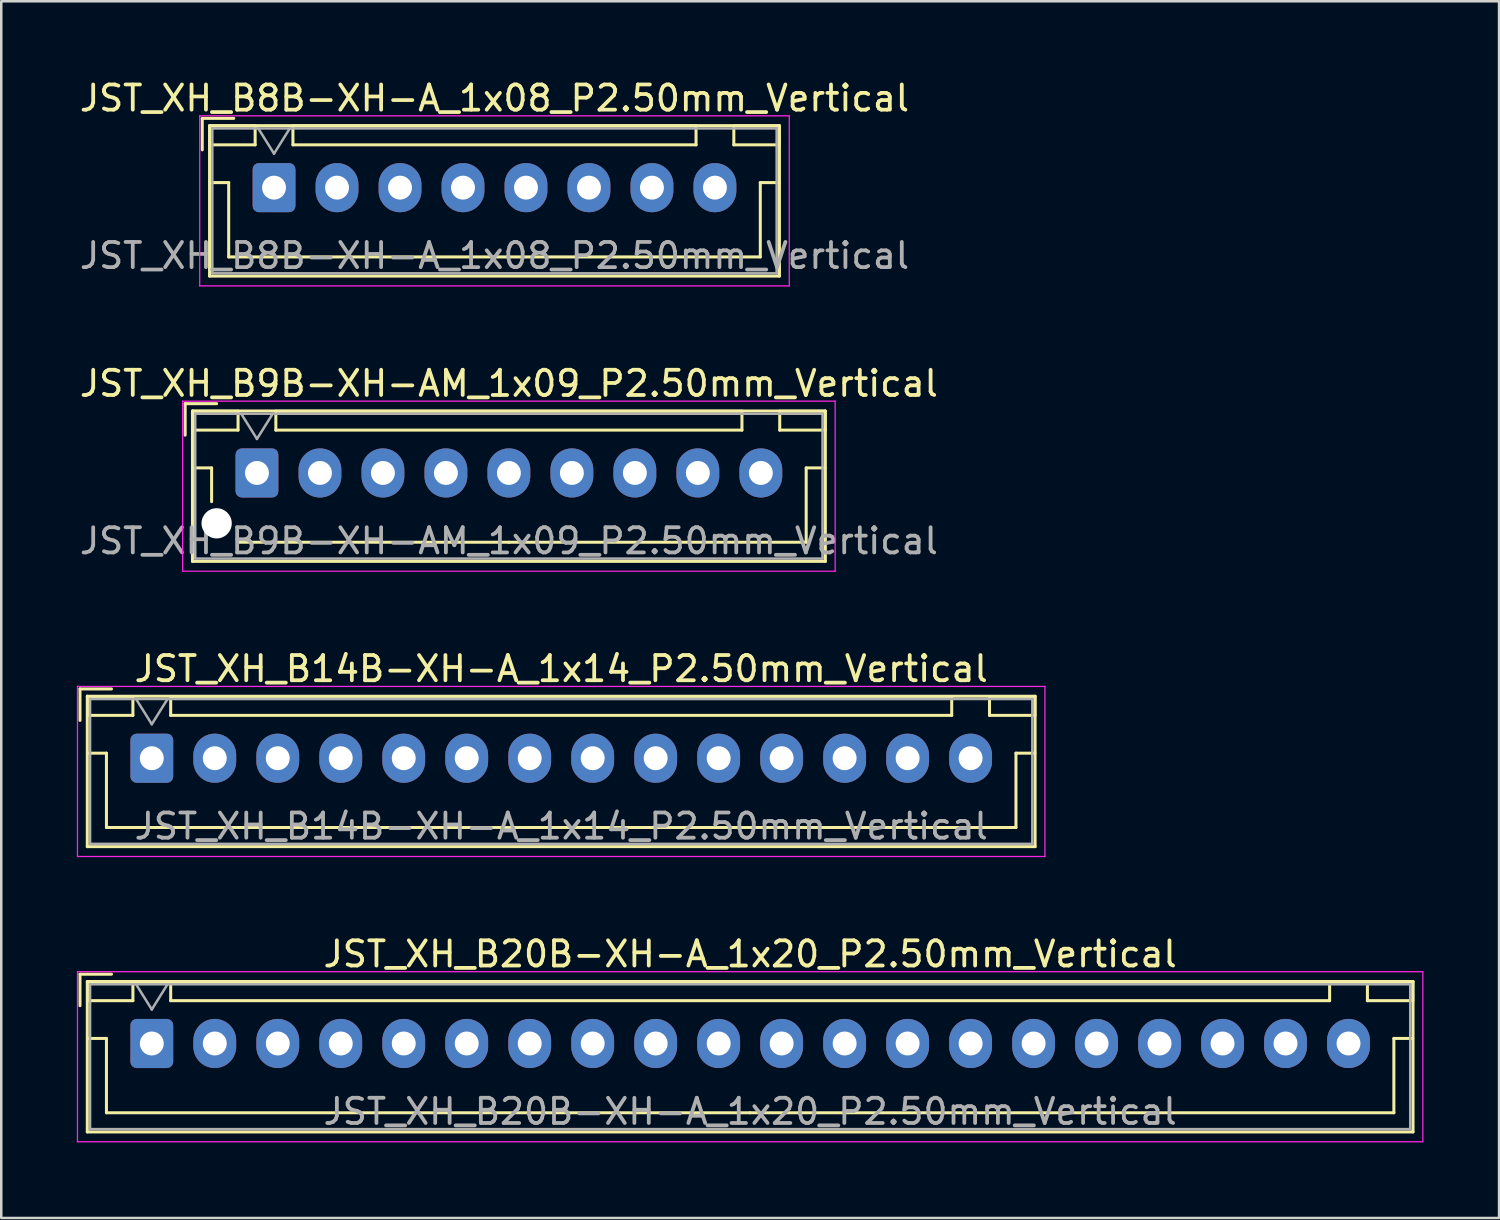
<source format=kicad_pcb>
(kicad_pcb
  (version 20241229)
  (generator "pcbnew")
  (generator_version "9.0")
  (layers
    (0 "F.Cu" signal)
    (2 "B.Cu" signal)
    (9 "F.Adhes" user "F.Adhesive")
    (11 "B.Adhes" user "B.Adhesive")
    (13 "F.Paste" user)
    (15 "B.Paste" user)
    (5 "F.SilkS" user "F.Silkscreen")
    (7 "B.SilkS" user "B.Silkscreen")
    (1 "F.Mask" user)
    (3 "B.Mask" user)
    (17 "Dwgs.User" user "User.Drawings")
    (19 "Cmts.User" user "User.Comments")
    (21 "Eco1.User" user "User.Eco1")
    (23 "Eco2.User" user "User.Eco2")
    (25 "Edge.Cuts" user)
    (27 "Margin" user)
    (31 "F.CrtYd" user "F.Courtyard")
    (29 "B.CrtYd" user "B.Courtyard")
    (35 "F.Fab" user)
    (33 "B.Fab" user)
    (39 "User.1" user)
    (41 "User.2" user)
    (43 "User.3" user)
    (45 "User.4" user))
  (footprint "JST_XH_B9B-XH-AM_1x09_P2.50mm_Vertical"
    (layer "F.Cu")
    (at 7.149 15.722)
    (property "Reference" "JST_XH_B9B-XH-AM_1x09_P2.50mm_Vertical" (at 10 -3.55 0) (layer "F.SilkS") (effects (font (size 1 1) (thickness 0.15))))
    (attr through_hole)
    (fp_line (start -2.85 -2.75) (end -2.85 -1.5) (stroke (width 0.12) (type solid)) (layer "F.SilkS"))
    (fp_line (start -2.56 -2.46) (end -2.56 3.51) (stroke (width 0.12) (type solid)) (layer "F.SilkS"))
    (fp_line (start -2.56 3.51) (end 22.56 3.51) (stroke (width 0.12) (type solid)) (layer "F.SilkS"))
    (fp_line (start -2.55 -2.45) (end -2.55 -1.7) (stroke (width 0.12) (type solid)) (layer "F.SilkS"))
    (fp_line (start -2.55 -1.7) (end -0.75 -1.7) (stroke (width 0.12) (type solid)) (layer "F.SilkS"))
    (fp_line (start -2.55 -0.2) (end -1.8 -0.2) (stroke (width 0.12) (type solid)) (layer "F.SilkS"))
    (fp_line (start -1.8 -0.2) (end -1.8 1.14) (stroke (width 0.12) (type solid)) (layer "F.SilkS"))
    (fp_line (start -1.6 -2.75) (end -2.85 -2.75) (stroke (width 0.12) (type solid)) (layer "F.SilkS"))
    (fp_line (start -0.75 -2.45) (end -2.55 -2.45) (stroke (width 0.12) (type solid)) (layer "F.SilkS"))
    (fp_line (start -0.75 -1.7) (end -0.75 -2.45) (stroke (width 0.12) (type solid)) (layer "F.SilkS"))
    (fp_line (start 0.75 -2.45) (end 0.75 -1.7) (stroke (width 0.12) (type solid)) (layer "F.SilkS"))
    (fp_line (start 0.75 -1.7) (end 19.25 -1.7) (stroke (width 0.12) (type solid)) (layer "F.SilkS"))
    (fp_line (start 10 2.75) (end -0.74 2.75) (stroke (width 0.12) (type solid)) (layer "F.SilkS"))
    (fp_line (start 19.25 -2.45) (end 0.75 -2.45) (stroke (width 0.12) (type solid)) (layer "F.SilkS"))
    (fp_line (start 19.25 -1.7) (end 19.25 -2.45) (stroke (width 0.12) (type solid)) (layer "F.SilkS"))
    (fp_line (start 20.75 -2.45) (end 20.75 -1.7) (stroke (width 0.12) (type solid)) (layer "F.SilkS"))
    (fp_line (start 20.75 -1.7) (end 22.55 -1.7) (stroke (width 0.12) (type solid)) (layer "F.SilkS"))
    (fp_line (start 21.8 -0.2) (end 21.8 2.75) (stroke (width 0.12) (type solid)) (layer "F.SilkS"))
    (fp_line (start 21.8 2.75) (end 10 2.75) (stroke (width 0.12) (type solid)) (layer "F.SilkS"))
    (fp_line (start 22.55 -2.45) (end 20.75 -2.45) (stroke (width 0.12) (type solid)) (layer "F.SilkS"))
    (fp_line (start 22.55 -1.7) (end 22.55 -2.45) (stroke (width 0.12) (type solid)) (layer "F.SilkS"))
    (fp_line (start 22.55 -0.2) (end 21.8 -0.2) (stroke (width 0.12) (type solid)) (layer "F.SilkS"))
    (fp_line (start 22.56 -2.46) (end -2.56 -2.46) (stroke (width 0.12) (type solid)) (layer "F.SilkS"))
    (fp_line (start 22.56 3.51) (end 22.56 -2.46) (stroke (width 0.12) (type solid)) (layer "F.SilkS"))
    (fp_line (start -2.95 -2.85) (end -2.95 3.9) (stroke (width 0.05) (type solid)) (layer "F.CrtYd"))
    (fp_line (start -2.95 3.9) (end 22.95 3.9) (stroke (width 0.05) (type solid)) (layer "F.CrtYd"))
    (fp_line (start 22.95 -2.85) (end -2.95 -2.85) (stroke (width 0.05) (type solid)) (layer "F.CrtYd"))
    (fp_line (start 22.95 3.9) (end 22.95 -2.85) (stroke (width 0.05) (type solid)) (layer "F.CrtYd"))
    (fp_line (start -2.45 -2.35) (end -2.45 3.4) (stroke (width 0.1) (type solid)) (layer "F.Fab"))
    (fp_line (start -2.45 3.4) (end 22.45 3.4) (stroke (width 0.1) (type solid)) (layer "F.Fab"))
    (fp_line (start -0.625 -2.35) (end 0 -1.35) (stroke (width 0.1) (type solid)) (layer "F.Fab"))
    (fp_line (start 0 -1.35) (end 0.625 -2.35) (stroke (width 0.1) (type solid)) (layer "F.Fab"))
    (fp_line (start 22.45 -2.35) (end -2.45 -2.35) (stroke (width 0.1) (type solid)) (layer "F.Fab"))
    (fp_line (start 22.45 3.4) (end 22.45 -2.35) (stroke (width 0.1) (type solid)) (layer "F.Fab"))
    (fp_text user "${REFERENCE}" (at 10 2.7 0) (layer "F.Fab") (effects (font (size 1 1) (thickness 0.15))))
    (pad "" np_thru_hole circle (at -1.6 2) (size 1.2 1.2) (drill 1.2) (layers "*.Cu" "*.Mask"))
    (pad "1" thru_hole roundrect (at 0 0) (size 1.7 1.95) (drill 0.95) (layers "*.Cu" "*.Mask") (roundrect_rratio 0.147))
    (pad "2" thru_hole oval (at 2.5 0) (size 1.7 1.95) (drill 0.95) (layers "*.Cu" "*.Mask"))
    (pad "3" thru_hole oval (at 5 0) (size 1.7 1.95) (drill 0.95) (layers "*.Cu" "*.Mask"))
    (pad "4" thru_hole oval (at 7.5 0) (size 1.7 1.95) (drill 0.95) (layers "*.Cu" "*.Mask"))
    (pad "5" thru_hole oval (at 10 0) (size 1.7 1.95) (drill 0.95) (layers "*.Cu" "*.Mask"))
    (pad "6" thru_hole oval (at 12.5 0) (size 1.7 1.95) (drill 0.95) (layers "*.Cu" "*.Mask"))
    (pad "7" thru_hole oval (at 15 0) (size 1.7 1.95) (drill 0.95) (layers "*.Cu" "*.Mask"))
    (pad "8" thru_hole oval (at 17.5 0) (size 1.7 1.95) (drill 0.95) (layers "*.Cu" "*.Mask"))
    (pad "9" thru_hole oval (at 20 0) (size 1.7 1.95) (drill 0.95) (layers "*.Cu" "*.Mask")))
  (footprint "JST_XH_B14B-XH-A_1x14_P2.50mm_Vertical"
    (layer "F.Cu")
    (at 2.975 27.045)
    (property "Reference" "JST_XH_B14B-XH-A_1x14_P2.50mm_Vertical" (at 16.25 -3.55 0) (layer "F.SilkS") (effects (font (size 1 1) (thickness 0.15))))
    (attr through_hole)
    (fp_line (start -2.85 -2.75) (end -2.85 -1.5) (stroke (width 0.12) (type solid)) (layer "F.SilkS"))
    (fp_line (start -2.56 -2.46) (end -2.56 3.51) (stroke (width 0.12) (type solid)) (layer "F.SilkS"))
    (fp_line (start -2.56 3.51) (end 35.06 3.51) (stroke (width 0.12) (type solid)) (layer "F.SilkS"))
    (fp_line (start -2.55 -2.45) (end -2.55 -1.7) (stroke (width 0.12) (type solid)) (layer "F.SilkS"))
    (fp_line (start -2.55 -1.7) (end -0.75 -1.7) (stroke (width 0.12) (type solid)) (layer "F.SilkS"))
    (fp_line (start -2.55 -0.2) (end -1.8 -0.2) (stroke (width 0.12) (type solid)) (layer "F.SilkS"))
    (fp_line (start -1.8 -0.2) (end -1.8 2.75) (stroke (width 0.12) (type solid)) (layer "F.SilkS"))
    (fp_line (start -1.8 2.75) (end 16.25 2.75) (stroke (width 0.12) (type solid)) (layer "F.SilkS"))
    (fp_line (start -1.6 -2.75) (end -2.85 -2.75) (stroke (width 0.12) (type solid)) (layer "F.SilkS"))
    (fp_line (start -0.75 -2.45) (end -2.55 -2.45) (stroke (width 0.12) (type solid)) (layer "F.SilkS"))
    (fp_line (start -0.75 -1.7) (end -0.75 -2.45) (stroke (width 0.12) (type solid)) (layer "F.SilkS"))
    (fp_line (start 0.75 -2.45) (end 0.75 -1.7) (stroke (width 0.12) (type solid)) (layer "F.SilkS"))
    (fp_line (start 0.75 -1.7) (end 31.75 -1.7) (stroke (width 0.12) (type solid)) (layer "F.SilkS"))
    (fp_line (start 31.75 -2.45) (end 0.75 -2.45) (stroke (width 0.12) (type solid)) (layer "F.SilkS"))
    (fp_line (start 31.75 -1.7) (end 31.75 -2.45) (stroke (width 0.12) (type solid)) (layer "F.SilkS"))
    (fp_line (start 33.25 -2.45) (end 33.25 -1.7) (stroke (width 0.12) (type solid)) (layer "F.SilkS"))
    (fp_line (start 33.25 -1.7) (end 35.05 -1.7) (stroke (width 0.12) (type solid)) (layer "F.SilkS"))
    (fp_line (start 34.3 -0.2) (end 34.3 2.75) (stroke (width 0.12) (type solid)) (layer "F.SilkS"))
    (fp_line (start 34.3 2.75) (end 16.25 2.75) (stroke (width 0.12) (type solid)) (layer "F.SilkS"))
    (fp_line (start 35.05 -2.45) (end 33.25 -2.45) (stroke (width 0.12) (type solid)) (layer "F.SilkS"))
    (fp_line (start 35.05 -1.7) (end 35.05 -2.45) (stroke (width 0.12) (type solid)) (layer "F.SilkS"))
    (fp_line (start 35.05 -0.2) (end 34.3 -0.2) (stroke (width 0.12) (type solid)) (layer "F.SilkS"))
    (fp_line (start 35.06 -2.46) (end -2.56 -2.46) (stroke (width 0.12) (type solid)) (layer "F.SilkS"))
    (fp_line (start 35.06 3.51) (end 35.06 -2.46) (stroke (width 0.12) (type solid)) (layer "F.SilkS"))
    (fp_line (start -2.95 -2.85) (end -2.95 3.9) (stroke (width 0.05) (type solid)) (layer "F.CrtYd"))
    (fp_line (start -2.95 3.9) (end 35.45 3.9) (stroke (width 0.05) (type solid)) (layer "F.CrtYd"))
    (fp_line (start 35.45 -2.85) (end -2.95 -2.85) (stroke (width 0.05) (type solid)) (layer "F.CrtYd"))
    (fp_line (start 35.45 3.9) (end 35.45 -2.85) (stroke (width 0.05) (type solid)) (layer "F.CrtYd"))
    (fp_line (start -2.45 -2.35) (end -2.45 3.4) (stroke (width 0.1) (type solid)) (layer "F.Fab"))
    (fp_line (start -2.45 3.4) (end 34.95 3.4) (stroke (width 0.1) (type solid)) (layer "F.Fab"))
    (fp_line (start -0.625 -2.35) (end 0 -1.35) (stroke (width 0.1) (type solid)) (layer "F.Fab"))
    (fp_line (start 0 -1.35) (end 0.625 -2.35) (stroke (width 0.1) (type solid)) (layer "F.Fab"))
    (fp_line (start 34.95 -2.35) (end -2.45 -2.35) (stroke (width 0.1) (type solid)) (layer "F.Fab"))
    (fp_line (start 34.95 3.4) (end 34.95 -2.35) (stroke (width 0.1) (type solid)) (layer "F.Fab"))
    (fp_text user "${REFERENCE}" (at 16.25 2.7 0) (layer "F.Fab") (effects (font (size 1 1) (thickness 0.15))))
    (pad "1" thru_hole roundrect (at 0 0) (size 1.7 1.95) (drill 0.95) (layers "*.Cu" "*.Mask") (roundrect_rratio 0.147))
    (pad "2" thru_hole oval (at 2.5 0) (size 1.7 1.95) (drill 0.95) (layers "*.Cu" "*.Mask"))
    (pad "3" thru_hole oval (at 5 0) (size 1.7 1.95) (drill 0.95) (layers "*.Cu" "*.Mask"))
    (pad "4" thru_hole oval (at 7.5 0) (size 1.7 1.95) (drill 0.95) (layers "*.Cu" "*.Mask"))
    (pad "5" thru_hole oval (at 10 0) (size 1.7 1.95) (drill 0.95) (layers "*.Cu" "*.Mask"))
    (pad "6" thru_hole oval (at 12.5 0) (size 1.7 1.95) (drill 0.95) (layers "*.Cu" "*.Mask"))
    (pad "7" thru_hole oval (at 15 0) (size 1.7 1.95) (drill 0.95) (layers "*.Cu" "*.Mask"))
    (pad "8" thru_hole oval (at 17.5 0) (size 1.7 1.95) (drill 0.95) (layers "*.Cu" "*.Mask"))
    (pad "9" thru_hole oval (at 20 0) (size 1.7 1.95) (drill 0.95) (layers "*.Cu" "*.Mask"))
    (pad "10" thru_hole oval (at 22.5 0) (size 1.7 1.95) (drill 0.95) (layers "*.Cu" "*.Mask"))
    (pad "11" thru_hole oval (at 25 0) (size 1.7 1.95) (drill 0.95) (layers "*.Cu" "*.Mask"))
    (pad "12" thru_hole oval (at 27.5 0) (size 1.7 1.95) (drill 0.95) (layers "*.Cu" "*.Mask"))
    (pad "13" thru_hole oval (at 30 0) (size 1.7 1.95) (drill 0.95) (layers "*.Cu" "*.Mask"))
    (pad "14" thru_hole oval (at 32.5 0) (size 1.7 1.95) (drill 0.95) (layers "*.Cu" "*.Mask")))
  (footprint "JST_XH_B8B-XH-A_1x08_P2.50mm_Vertical"
    (layer "F.Cu")
    (at 7.827 4.398)
    (property "Reference" "JST_XH_B8B-XH-A_1x08_P2.50mm_Vertical" (at 8.75 -3.55 0) (layer "F.SilkS") (effects (font (size 1 1) (thickness 0.15))))
    (attr through_hole)
    (fp_line (start -2.85 -2.75) (end -2.85 -1.5) (stroke (width 0.12) (type solid)) (layer "F.SilkS"))
    (fp_line (start -2.56 -2.46) (end -2.56 3.51) (stroke (width 0.12) (type solid)) (layer "F.SilkS"))
    (fp_line (start -2.56 3.51) (end 20.06 3.51) (stroke (width 0.12) (type solid)) (layer "F.SilkS"))
    (fp_line (start -2.55 -2.45) (end -2.55 -1.7) (stroke (width 0.12) (type solid)) (layer "F.SilkS"))
    (fp_line (start -2.55 -1.7) (end -0.75 -1.7) (stroke (width 0.12) (type solid)) (layer "F.SilkS"))
    (fp_line (start -2.55 -0.2) (end -1.8 -0.2) (stroke (width 0.12) (type solid)) (layer "F.SilkS"))
    (fp_line (start -1.8 -0.2) (end -1.8 2.75) (stroke (width 0.12) (type solid)) (layer "F.SilkS"))
    (fp_line (start -1.8 2.75) (end 8.75 2.75) (stroke (width 0.12) (type solid)) (layer "F.SilkS"))
    (fp_line (start -1.6 -2.75) (end -2.85 -2.75) (stroke (width 0.12) (type solid)) (layer "F.SilkS"))
    (fp_line (start -0.75 -2.45) (end -2.55 -2.45) (stroke (width 0.12) (type solid)) (layer "F.SilkS"))
    (fp_line (start -0.75 -1.7) (end -0.75 -2.45) (stroke (width 0.12) (type solid)) (layer "F.SilkS"))
    (fp_line (start 0.75 -2.45) (end 0.75 -1.7) (stroke (width 0.12) (type solid)) (layer "F.SilkS"))
    (fp_line (start 0.75 -1.7) (end 16.75 -1.7) (stroke (width 0.12) (type solid)) (layer "F.SilkS"))
    (fp_line (start 16.75 -2.45) (end 0.75 -2.45) (stroke (width 0.12) (type solid)) (layer "F.SilkS"))
    (fp_line (start 16.75 -1.7) (end 16.75 -2.45) (stroke (width 0.12) (type solid)) (layer "F.SilkS"))
    (fp_line (start 18.25 -2.45) (end 18.25 -1.7) (stroke (width 0.12) (type solid)) (layer "F.SilkS"))
    (fp_line (start 18.25 -1.7) (end 20.05 -1.7) (stroke (width 0.12) (type solid)) (layer "F.SilkS"))
    (fp_line (start 19.3 -0.2) (end 19.3 2.75) (stroke (width 0.12) (type solid)) (layer "F.SilkS"))
    (fp_line (start 19.3 2.75) (end 8.75 2.75) (stroke (width 0.12) (type solid)) (layer "F.SilkS"))
    (fp_line (start 20.05 -2.45) (end 18.25 -2.45) (stroke (width 0.12) (type solid)) (layer "F.SilkS"))
    (fp_line (start 20.05 -1.7) (end 20.05 -2.45) (stroke (width 0.12) (type solid)) (layer "F.SilkS"))
    (fp_line (start 20.05 -0.2) (end 19.3 -0.2) (stroke (width 0.12) (type solid)) (layer "F.SilkS"))
    (fp_line (start 20.06 -2.46) (end -2.56 -2.46) (stroke (width 0.12) (type solid)) (layer "F.SilkS"))
    (fp_line (start 20.06 3.51) (end 20.06 -2.46) (stroke (width 0.12) (type solid)) (layer "F.SilkS"))
    (fp_line (start -2.95 -2.85) (end -2.95 3.9) (stroke (width 0.05) (type solid)) (layer "F.CrtYd"))
    (fp_line (start -2.95 3.9) (end 20.45 3.9) (stroke (width 0.05) (type solid)) (layer "F.CrtYd"))
    (fp_line (start 20.45 -2.85) (end -2.95 -2.85) (stroke (width 0.05) (type solid)) (layer "F.CrtYd"))
    (fp_line (start 20.45 3.9) (end 20.45 -2.85) (stroke (width 0.05) (type solid)) (layer "F.CrtYd"))
    (fp_line (start -2.45 -2.35) (end -2.45 3.4) (stroke (width 0.1) (type solid)) (layer "F.Fab"))
    (fp_line (start -2.45 3.4) (end 19.95 3.4) (stroke (width 0.1) (type solid)) (layer "F.Fab"))
    (fp_line (start -0.625 -2.35) (end 0 -1.35) (stroke (width 0.1) (type solid)) (layer "F.Fab"))
    (fp_line (start 0 -1.35) (end 0.625 -2.35) (stroke (width 0.1) (type solid)) (layer "F.Fab"))
    (fp_line (start 19.95 -2.35) (end -2.45 -2.35) (stroke (width 0.1) (type solid)) (layer "F.Fab"))
    (fp_line (start 19.95 3.4) (end 19.95 -2.35) (stroke (width 0.1) (type solid)) (layer "F.Fab"))
    (fp_text user "${REFERENCE}" (at 8.75 2.7 0) (layer "F.Fab") (effects (font (size 1 1) (thickness 0.15))))
    (pad "1" thru_hole roundrect (at 0 0) (size 1.7 1.95) (drill 0.95) (layers "*.Cu" "*.Mask") (roundrect_rratio 0.147))
    (pad "2" thru_hole oval (at 2.5 0) (size 1.7 1.95) (drill 0.95) (layers "*.Cu" "*.Mask"))
    (pad "3" thru_hole oval (at 5 0) (size 1.7 1.95) (drill 0.95) (layers "*.Cu" "*.Mask"))
    (pad "4" thru_hole oval (at 7.5 0) (size 1.7 1.95) (drill 0.95) (layers "*.Cu" "*.Mask"))
    (pad "5" thru_hole oval (at 10 0) (size 1.7 1.95) (drill 0.95) (layers "*.Cu" "*.Mask"))
    (pad "6" thru_hole oval (at 12.5 0) (size 1.7 1.95) (drill 0.95) (layers "*.Cu" "*.Mask"))
    (pad "7" thru_hole oval (at 15 0) (size 1.7 1.95) (drill 0.95) (layers "*.Cu" "*.Mask"))
    (pad "8" thru_hole oval (at 17.5 0) (size 1.7 1.95) (drill 0.95) (layers "*.Cu" "*.Mask")))
  (footprint "JST_XH_B20B-XH-A_1x20_P2.50mm_Vertical"
    (layer "F.Cu")
    (at 2.975 38.368)
    (property "Reference" "JST_XH_B20B-XH-A_1x20_P2.50mm_Vertical" (at 23.75 -3.55 0) (layer "F.SilkS") (effects (font (size 1 1) (thickness 0.15))))
    (attr through_hole)
    (fp_line (start -2.85 -2.75) (end -2.85 -1.5) (stroke (width 0.12) (type solid)) (layer "F.SilkS"))
    (fp_line (start -2.56 -2.46) (end -2.56 3.51) (stroke (width 0.12) (type solid)) (layer "F.SilkS"))
    (fp_line (start -2.56 3.51) (end 50.06 3.51) (stroke (width 0.12) (type solid)) (layer "F.SilkS"))
    (fp_line (start -2.55 -2.45) (end -2.55 -1.7) (stroke (width 0.12) (type solid)) (layer "F.SilkS"))
    (fp_line (start -2.55 -1.7) (end -0.75 -1.7) (stroke (width 0.12) (type solid)) (layer "F.SilkS"))
    (fp_line (start -2.55 -0.2) (end -1.8 -0.2) (stroke (width 0.12) (type solid)) (layer "F.SilkS"))
    (fp_line (start -1.8 -0.2) (end -1.8 2.75) (stroke (width 0.12) (type solid)) (layer "F.SilkS"))
    (fp_line (start -1.8 2.75) (end 23.75 2.75) (stroke (width 0.12) (type solid)) (layer "F.SilkS"))
    (fp_line (start -1.6 -2.75) (end -2.85 -2.75) (stroke (width 0.12) (type solid)) (layer "F.SilkS"))
    (fp_line (start -0.75 -2.45) (end -2.55 -2.45) (stroke (width 0.12) (type solid)) (layer "F.SilkS"))
    (fp_line (start -0.75 -1.7) (end -0.75 -2.45) (stroke (width 0.12) (type solid)) (layer "F.SilkS"))
    (fp_line (start 0.75 -2.45) (end 0.75 -1.7) (stroke (width 0.12) (type solid)) (layer "F.SilkS"))
    (fp_line (start 0.75 -1.7) (end 46.75 -1.7) (stroke (width 0.12) (type solid)) (layer "F.SilkS"))
    (fp_line (start 46.75 -2.45) (end 0.75 -2.45) (stroke (width 0.12) (type solid)) (layer "F.SilkS"))
    (fp_line (start 46.75 -1.7) (end 46.75 -2.45) (stroke (width 0.12) (type solid)) (layer "F.SilkS"))
    (fp_line (start 48.25 -2.45) (end 48.25 -1.7) (stroke (width 0.12) (type solid)) (layer "F.SilkS"))
    (fp_line (start 48.25 -1.7) (end 50.05 -1.7) (stroke (width 0.12) (type solid)) (layer "F.SilkS"))
    (fp_line (start 49.3 -0.2) (end 49.3 2.75) (stroke (width 0.12) (type solid)) (layer "F.SilkS"))
    (fp_line (start 49.3 2.75) (end 23.75 2.75) (stroke (width 0.12) (type solid)) (layer "F.SilkS"))
    (fp_line (start 50.05 -2.45) (end 48.25 -2.45) (stroke (width 0.12) (type solid)) (layer "F.SilkS"))
    (fp_line (start 50.05 -1.7) (end 50.05 -2.45) (stroke (width 0.12) (type solid)) (layer "F.SilkS"))
    (fp_line (start 50.05 -0.2) (end 49.3 -0.2) (stroke (width 0.12) (type solid)) (layer "F.SilkS"))
    (fp_line (start 50.06 -2.46) (end -2.56 -2.46) (stroke (width 0.12) (type solid)) (layer "F.SilkS"))
    (fp_line (start 50.06 3.51) (end 50.06 -2.46) (stroke (width 0.12) (type solid)) (layer "F.SilkS"))
    (fp_line (start -2.95 -2.85) (end -2.95 3.9) (stroke (width 0.05) (type solid)) (layer "F.CrtYd"))
    (fp_line (start -2.95 3.9) (end 50.45 3.9) (stroke (width 0.05) (type solid)) (layer "F.CrtYd"))
    (fp_line (start 50.45 -2.85) (end -2.95 -2.85) (stroke (width 0.05) (type solid)) (layer "F.CrtYd"))
    (fp_line (start 50.45 3.9) (end 50.45 -2.85) (stroke (width 0.05) (type solid)) (layer "F.CrtYd"))
    (fp_line (start -2.45 -2.35) (end -2.45 3.4) (stroke (width 0.1) (type solid)) (layer "F.Fab"))
    (fp_line (start -2.45 3.4) (end 49.95 3.4) (stroke (width 0.1) (type solid)) (layer "F.Fab"))
    (fp_line (start -0.625 -2.35) (end 0 -1.35) (stroke (width 0.1) (type solid)) (layer "F.Fab"))
    (fp_line (start 0 -1.35) (end 0.625 -2.35) (stroke (width 0.1) (type solid)) (layer "F.Fab"))
    (fp_line (start 49.95 -2.35) (end -2.45 -2.35) (stroke (width 0.1) (type solid)) (layer "F.Fab"))
    (fp_line (start 49.95 3.4) (end 49.95 -2.35) (stroke (width 0.1) (type solid)) (layer "F.Fab"))
    (fp_text user "${REFERENCE}" (at 23.75 2.7 0) (layer "F.Fab") (effects (font (size 1 1) (thickness 0.15))))
    (pad "1" thru_hole roundrect (at 0 0) (size 1.7 1.95) (drill 0.95) (layers "*.Cu" "*.Mask") (roundrect_rratio 0.147))
    (pad "2" thru_hole oval (at 2.5 0) (size 1.7 1.95) (drill 0.95) (layers "*.Cu" "*.Mask"))
    (pad "3" thru_hole oval (at 5 0) (size 1.7 1.95) (drill 0.95) (layers "*.Cu" "*.Mask"))
    (pad "4" thru_hole oval (at 7.5 0) (size 1.7 1.95) (drill 0.95) (layers "*.Cu" "*.Mask"))
    (pad "5" thru_hole oval (at 10 0) (size 1.7 1.95) (drill 0.95) (layers "*.Cu" "*.Mask"))
    (pad "6" thru_hole oval (at 12.5 0) (size 1.7 1.95) (drill 0.95) (layers "*.Cu" "*.Mask"))
    (pad "7" thru_hole oval (at 15 0) (size 1.7 1.95) (drill 0.95) (layers "*.Cu" "*.Mask"))
    (pad "8" thru_hole oval (at 17.5 0) (size 1.7 1.95) (drill 0.95) (layers "*.Cu" "*.Mask"))
    (pad "9" thru_hole oval (at 20 0) (size 1.7 1.95) (drill 0.95) (layers "*.Cu" "*.Mask"))
    (pad "10" thru_hole oval (at 22.5 0) (size 1.7 1.95) (drill 0.95) (layers "*.Cu" "*.Mask"))
    (pad "11" thru_hole oval (at 25 0) (size 1.7 1.95) (drill 0.95) (layers "*.Cu" "*.Mask"))
    (pad "12" thru_hole oval (at 27.5 0) (size 1.7 1.95) (drill 0.95) (layers "*.Cu" "*.Mask"))
    (pad "13" thru_hole oval (at 30 0) (size 1.7 1.95) (drill 0.95) (layers "*.Cu" "*.Mask"))
    (pad "14" thru_hole oval (at 32.5 0) (size 1.7 1.95) (drill 0.95) (layers "*.Cu" "*.Mask"))
    (pad "15" thru_hole oval (at 35 0) (size 1.7 1.95) (drill 0.95) (layers "*.Cu" "*.Mask"))
    (pad "16" thru_hole oval (at 37.5 0) (size 1.7 1.95) (drill 0.95) (layers "*.Cu" "*.Mask"))
    (pad "17" thru_hole oval (at 40 0) (size 1.7 1.95) (drill 0.95) (layers "*.Cu" "*.Mask"))
    (pad "18" thru_hole oval (at 42.5 0) (size 1.7 1.95) (drill 0.95) (layers "*.Cu" "*.Mask"))
    (pad "19" thru_hole oval (at 45 0) (size 1.7 1.95) (drill 0.95) (layers "*.Cu" "*.Mask"))
    (pad "20" thru_hole oval (at 47.5 0) (size 1.7 1.95) (drill 0.95) (layers "*.Cu" "*.Mask")))
  (gr_rect
    (start -3 -3)
    (end 56.45 45.293)
    (stroke (width 0.1) (type default))
    (fill no)
    (layer "Edge.Cuts")))
</source>
